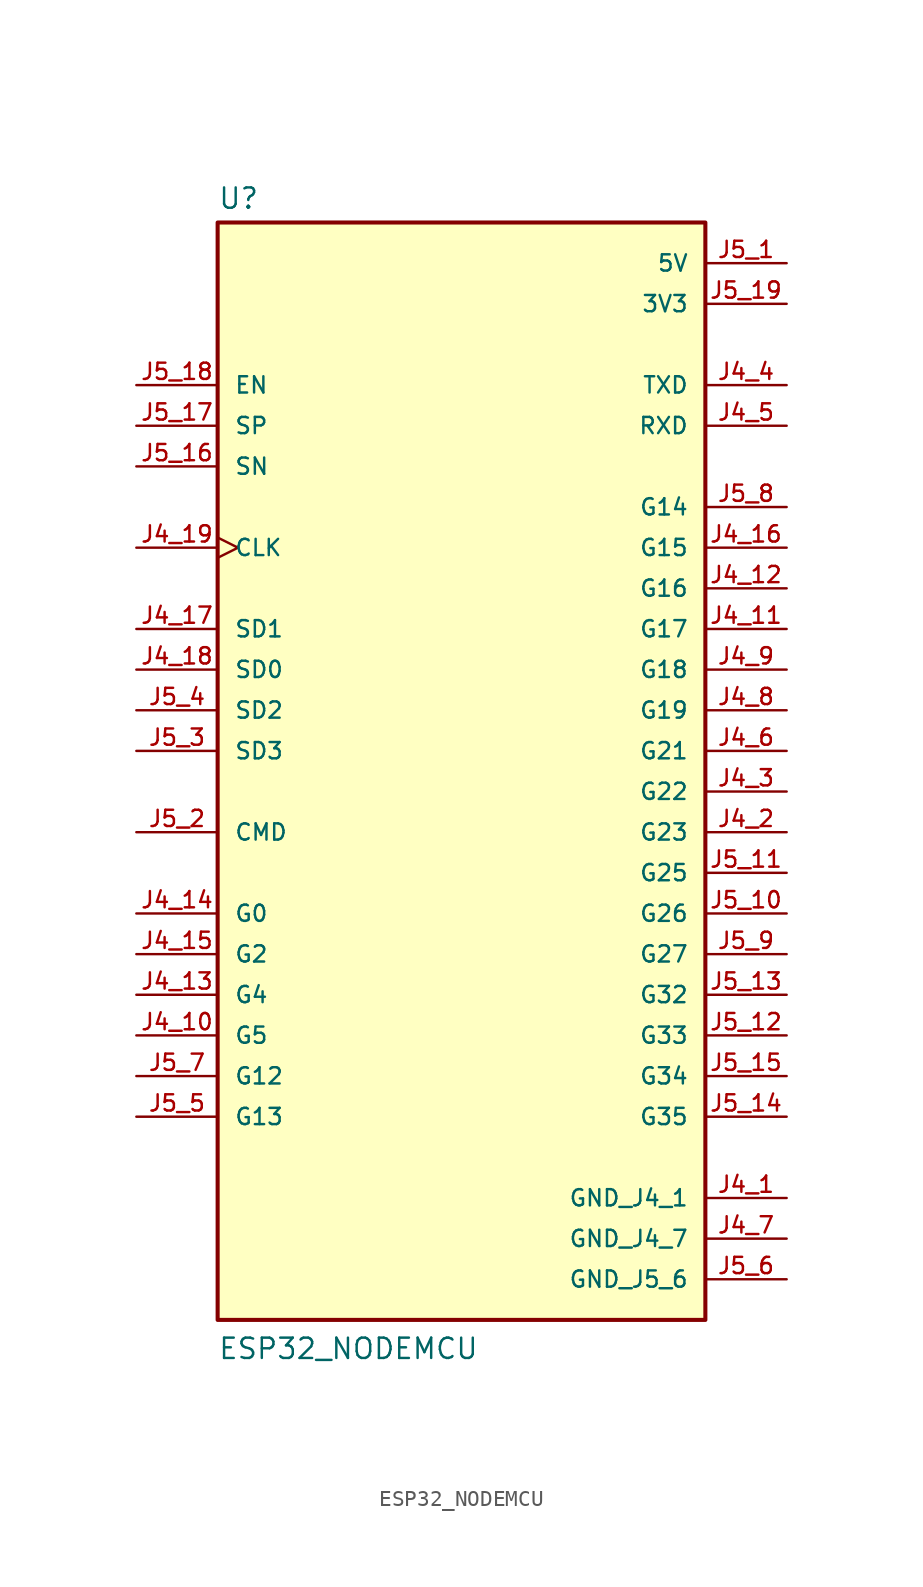
<source format=kicad_sym>
(kicad_symbol_lib
  (version 20220914)
  (generator kicad_symbol_editor)
  (symbol "ESP32_NODEMCU"
    (pin_names
      (offset 1.016))
    (property "Reference" "U"
      (at -15.24 36.322 0)
      (effects (font (size 1.27 1.27)) (justify left bottom)))
    (property "Value" "ESP32_NODEMCU"
      (at -15.24 -35.56 0)
      (effects (font (size 1.27 1.27)) (justify left bottom)))
    (symbol "ESP32_NODEMCU_0_0"
      (rectangle (start -15.24 -33.02) (end 15.24 35.56) (stroke (width 0.254) (type default)) (fill (type background)))
      (pin power_in line (at 20.32 -25.4 180) (length 5.08) (name "GND_J4_1" (effects (font (size 1.016 1.016)))) (number "J4_1" (effects (font (size 1.016 1.016)))))
      (pin bidirectional line (at -20.32 -15.24 0) (length 5.08) (name "G5" (effects (font (size 1.016 1.016)))) (number "J4_10" (effects (font (size 1.016 1.016)))))
      (pin bidirectional line (at 20.32 10.16 180) (length 5.08) (name "G17" (effects (font (size 1.016 1.016)))) (number "J4_11" (effects (font (size 1.016 1.016)))))
      (pin bidirectional line (at 20.32 12.7 180) (length 5.08) (name "G16" (effects (font (size 1.016 1.016)))) (number "J4_12" (effects (font (size 1.016 1.016)))))
      (pin bidirectional line (at -20.32 -12.7 0) (length 5.08) (name "G4" (effects (font (size 1.016 1.016)))) (number "J4_13" (effects (font (size 1.016 1.016)))))
      (pin bidirectional line (at -20.32 -7.62 0) (length 5.08) (name "G0" (effects (font (size 1.016 1.016)))) (number "J4_14" (effects (font (size 1.016 1.016)))))
      (pin bidirectional line (at -20.32 -10.16 0) (length 5.08) (name "G2" (effects (font (size 1.016 1.016)))) (number "J4_15" (effects (font (size 1.016 1.016)))))
      (pin bidirectional line (at 20.32 15.24 180) (length 5.08) (name "G15" (effects (font (size 1.016 1.016)))) (number "J4_16" (effects (font (size 1.016 1.016)))))
      (pin bidirectional line (at -20.32 10.16 0) (length 5.08) (name "SD1" (effects (font (size 1.016 1.016)))) (number "J4_17" (effects (font (size 1.016 1.016)))))
      (pin bidirectional line (at -20.32 7.62 0) (length 5.08) (name "SD0" (effects (font (size 1.016 1.016)))) (number "J4_18" (effects (font (size 1.016 1.016)))))
      (pin input clock (at -20.32 15.24 0) (length 5.08) (name "CLK" (effects (font (size 1.016 1.016)))) (number "J4_19" (effects (font (size 1.016 1.016)))))
      (pin bidirectional line (at 20.32 -2.54 180) (length 5.08) (name "G23" (effects (font (size 1.016 1.016)))) (number "J4_2" (effects (font (size 1.016 1.016)))))
      (pin bidirectional line (at 20.32 0 180) (length 5.08) (name "G22" (effects (font (size 1.016 1.016)))) (number "J4_3" (effects (font (size 1.016 1.016)))))
      (pin output line (at 20.32 25.4 180) (length 5.08) (name "TXD" (effects (font (size 1.016 1.016)))) (number "J4_4" (effects (font (size 1.016 1.016)))))
      (pin input line (at 20.32 22.86 180) (length 5.08) (name "RXD" (effects (font (size 1.016 1.016)))) (number "J4_5" (effects (font (size 1.016 1.016)))))
      (pin bidirectional line (at 20.32 2.54 180) (length 5.08) (name "G21" (effects (font (size 1.016 1.016)))) (number "J4_6" (effects (font (size 1.016 1.016)))))
      (pin power_in line (at 20.32 -27.94 180) (length 5.08) (name "GND_J4_7" (effects (font (size 1.016 1.016)))) (number "J4_7" (effects (font (size 1.016 1.016)))))
      (pin bidirectional line (at 20.32 5.08 180) (length 5.08) (name "G19" (effects (font (size 1.016 1.016)))) (number "J4_8" (effects (font (size 1.016 1.016)))))
      (pin bidirectional line (at 20.32 7.62 180) (length 5.08) (name "G18" (effects (font (size 1.016 1.016)))) (number "J4_9" (effects (font (size 1.016 1.016)))))
      (pin power_in line (at 20.32 33.02 180) (length 5.08) (name "5V" (effects (font (size 1.016 1.016)))) (number "J5_1" (effects (font (size 1.016 1.016)))))
      (pin bidirectional line (at 20.32 -7.62 180) (length 5.08) (name "G26" (effects (font (size 1.016 1.016)))) (number "J5_10" (effects (font (size 1.016 1.016)))))
      (pin bidirectional line (at 20.32 -5.08 180) (length 5.08) (name "G25" (effects (font (size 1.016 1.016)))) (number "J5_11" (effects (font (size 1.016 1.016)))))
      (pin bidirectional line (at 20.32 -15.24 180) (length 5.08) (name "G33" (effects (font (size 1.016 1.016)))) (number "J5_12" (effects (font (size 1.016 1.016)))))
      (pin bidirectional line (at 20.32 -12.7 180) (length 5.08) (name "G32" (effects (font (size 1.016 1.016)))) (number "J5_13" (effects (font (size 1.016 1.016)))))
      (pin bidirectional line (at 20.32 -20.32 180) (length 5.08) (name "G35" (effects (font (size 1.016 1.016)))) (number "J5_14" (effects (font (size 1.016 1.016)))))
      (pin bidirectional line (at 20.32 -17.78 180) (length 5.08) (name "G34" (effects (font (size 1.016 1.016)))) (number "J5_15" (effects (font (size 1.016 1.016)))))
      (pin input line (at -20.32 20.32 0) (length 5.08) (name "SN" (effects (font (size 1.016 1.016)))) (number "J5_16" (effects (font (size 1.016 1.016)))))
      (pin input line (at -20.32 22.86 0) (length 5.08) (name "SP" (effects (font (size 1.016 1.016)))) (number "J5_17" (effects (font (size 1.016 1.016)))))
      (pin input line (at -20.32 25.4 0) (length 5.08) (name "EN" (effects (font (size 1.016 1.016)))) (number "J5_18" (effects (font (size 1.016 1.016)))))
      (pin power_in line (at 20.32 30.48 180) (length 5.08) (name "3V3" (effects (font (size 1.016 1.016)))) (number "J5_19" (effects (font (size 1.016 1.016)))))
      (pin bidirectional line (at -20.32 -2.54 0) (length 5.08) (name "CMD" (effects (font (size 1.016 1.016)))) (number "J5_2" (effects (font (size 1.016 1.016)))))
      (pin bidirectional line (at -20.32 2.54 0) (length 5.08) (name "SD3" (effects (font (size 1.016 1.016)))) (number "J5_3" (effects (font (size 1.016 1.016)))))
      (pin bidirectional line (at -20.32 5.08 0) (length 5.08) (name "SD2" (effects (font (size 1.016 1.016)))) (number "J5_4" (effects (font (size 1.016 1.016)))))
      (pin bidirectional line (at -20.32 -20.32 0) (length 5.08) (name "G13" (effects (font (size 1.016 1.016)))) (number "J5_5" (effects (font (size 1.016 1.016)))))
      (pin power_in line (at 20.32 -30.48 180) (length 5.08) (name "GND_J5_6" (effects (font (size 1.016 1.016)))) (number "J5_6" (effects (font (size 1.016 1.016)))))
      (pin bidirectional line (at -20.32 -17.78 0) (length 5.08) (name "G12" (effects (font (size 1.016 1.016)))) (number "J5_7" (effects (font (size 1.016 1.016)))))
      (pin bidirectional line (at 20.32 17.78 180) (length 5.08) (name "G14" (effects (font (size 1.016 1.016)))) (number "J5_8" (effects (font (size 1.016 1.016)))))
      (pin bidirectional line (at 20.32 -10.16 180) (length 5.08) (name "G27" (effects (font (size 1.016 1.016)))) (number "J5_9" (effects (font (size 1.016 1.016))))))))
</source>
